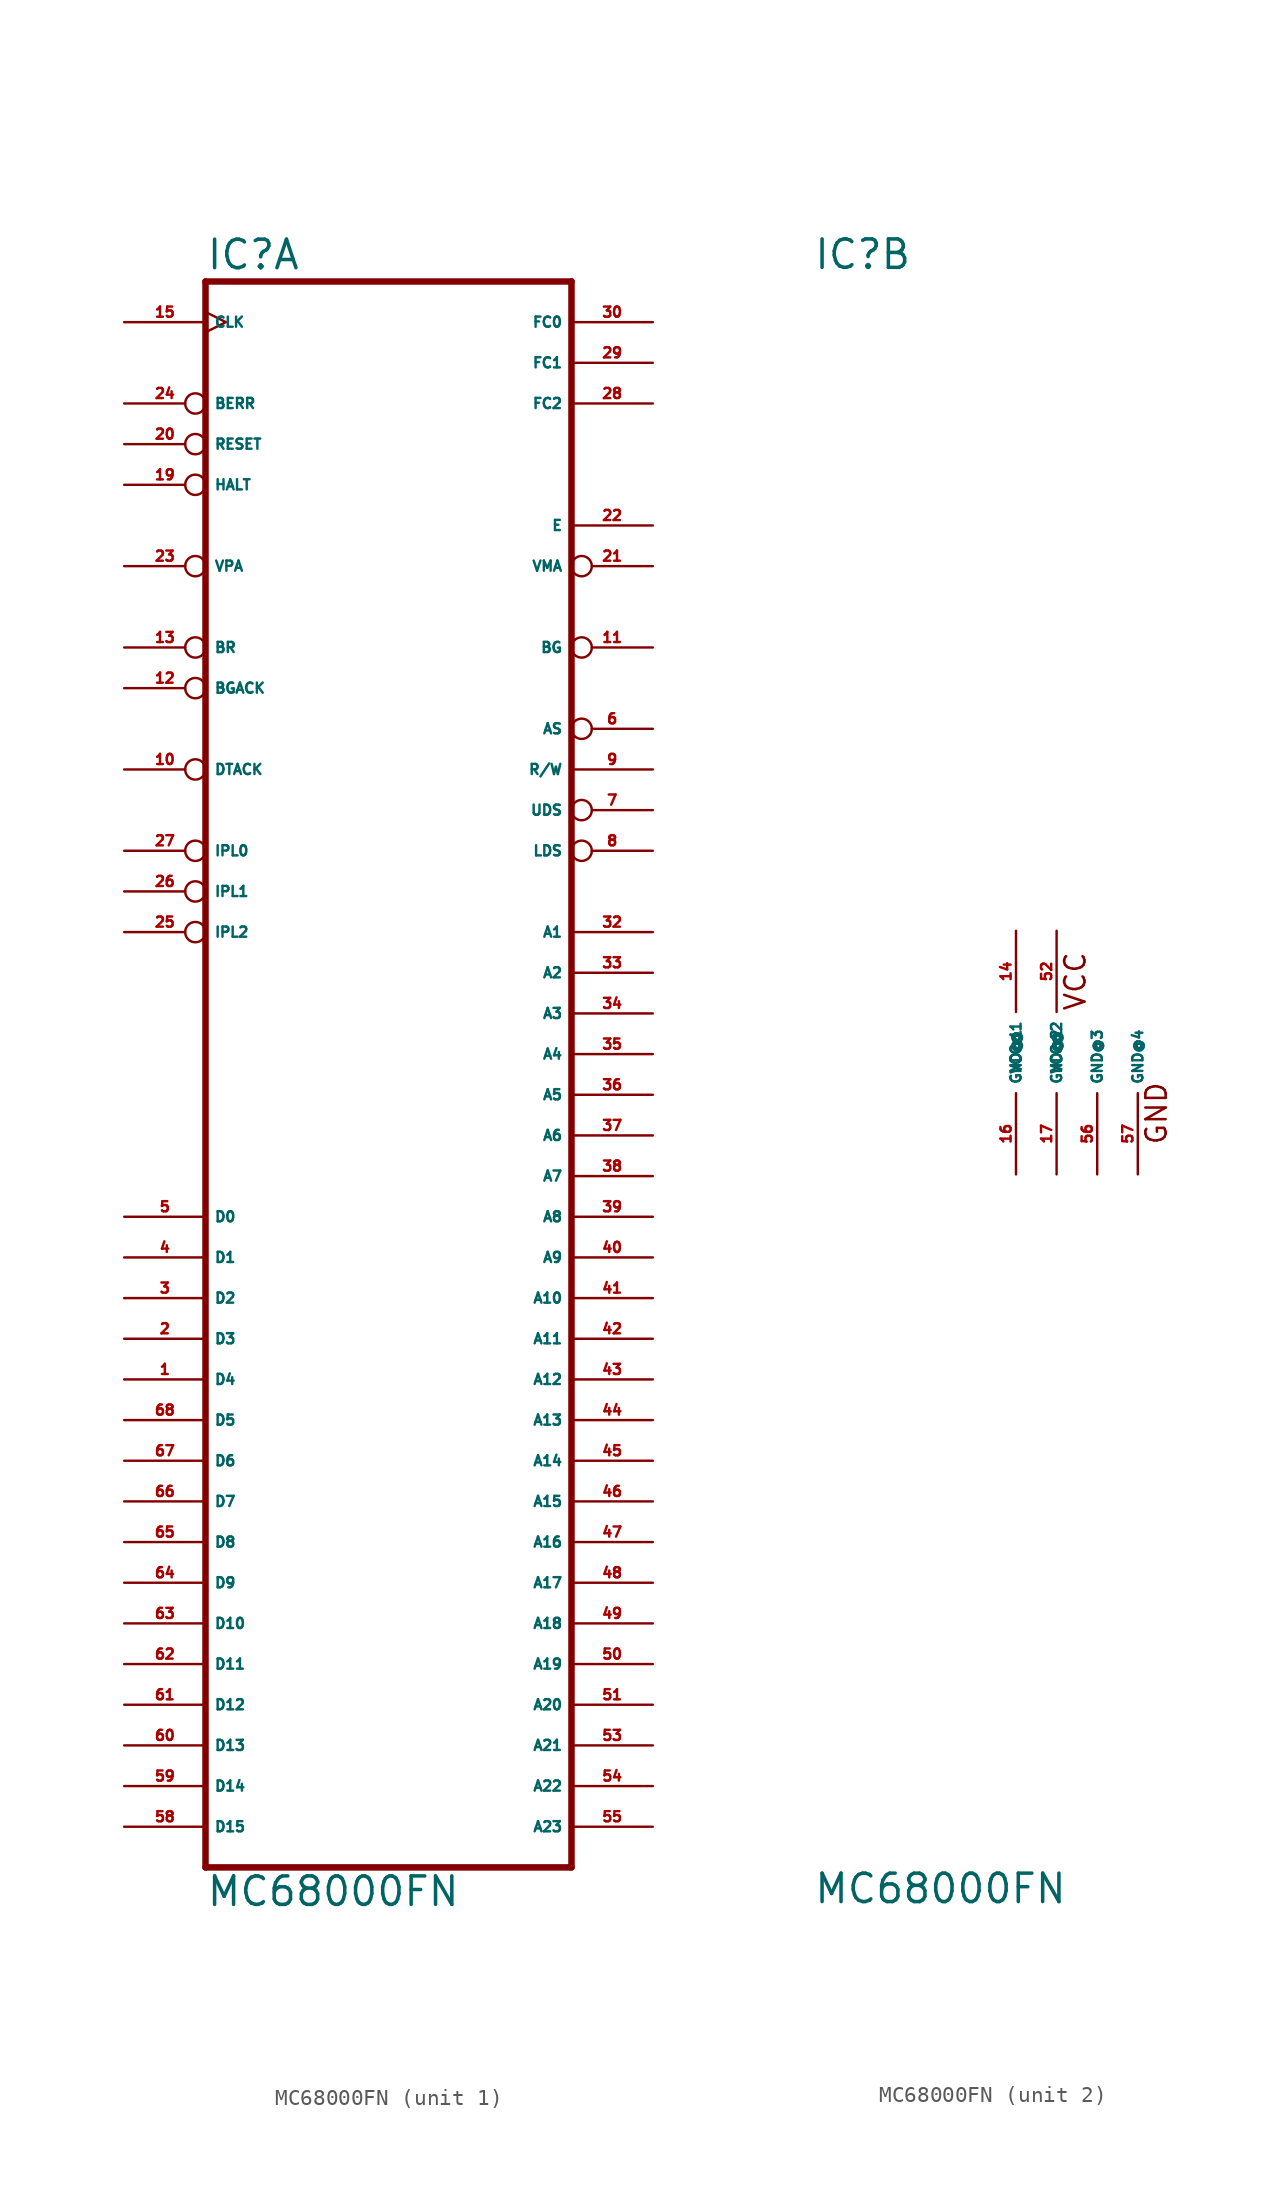
<source format=kicad_sym>
(kicad_symbol_lib
  (version 20220914)
  (generator Eagle2Kicad)
  (symbol "MC68000FN"
    (property "Reference" "IC"
      (at -12.7 48.895 0)
      (effects (font (size 1.778 1.778) (thickness 0.22)) (justify left bottom)))
    (property "Value" "MC68000FN"
      (at -12.7 -53.34 0)
      (effects (font (size 1.778 1.778) (thickness 0.22)) (justify left bottom)))
    (symbol "MC68000FN_1_0"
      (polyline (pts (xy -12.7 -50.8) (xy 10.16 -50.8)) (stroke (width 0.406) (type default)) (fill (type none)))
      (polyline (pts (xy 10.16 48.26) (xy 10.16 -50.8)) (stroke (width 0.406) (type default)) (fill (type none)))
      (polyline (pts (xy 10.16 48.26) (xy -12.7 48.26)) (stroke (width 0.406) (type default)) (fill (type none)))
      (polyline (pts (xy -12.7 -50.8) (xy -12.7 48.26)) (stroke (width 0.406) (type default)) (fill (type none)))
      (pin input clock (at -17.78 45.72 0) (length 5.08) (name "CLK" (effects (font (size 0.635 0.635) (thickness 0.08)) (justify left bottom))) (number "15" (effects (font (size 0.635 0.635) (thickness 0.08)) (justify left bottom))))
      (pin input inverted (at -17.78 30.48 0) (length 5.08) (name "VPA" (effects (font (size 0.635 0.635) (thickness 0.08)) (justify left bottom))) (number "23" (effects (font (size 0.635 0.635) (thickness 0.08)) (justify left bottom))))
      (pin input inverted (at -17.78 40.64 0) (length 5.08) (name "BERR" (effects (font (size 0.635 0.635) (thickness 0.08)) (justify left bottom))) (number "24" (effects (font (size 0.635 0.635) (thickness 0.08)) (justify left bottom))))
      (pin bidirectional inverted (at -17.78 38.1 0) (length 5.08) (name "RESET" (effects (font (size 0.635 0.635) (thickness 0.08)) (justify left bottom))) (number "20" (effects (font (size 0.635 0.635) (thickness 0.08)) (justify left bottom))))
      (pin bidirectional inverted (at -17.78 35.56 0) (length 5.08) (name "HALT" (effects (font (size 0.635 0.635) (thickness 0.08)) (justify left bottom))) (number "19" (effects (font (size 0.635 0.635) (thickness 0.08)) (justify left bottom))))
      (pin input inverted (at -17.78 17.78 0) (length 5.08) (name "DTACK" (effects (font (size 0.635 0.635) (thickness 0.08)) (justify left bottom))) (number "10" (effects (font (size 0.635 0.635) (thickness 0.08)) (justify left bottom))))
      (pin input inverted (at -17.78 25.4 0) (length 5.08) (name "BR" (effects (font (size 0.635 0.635) (thickness 0.08)) (justify left bottom))) (number "13" (effects (font (size 0.635 0.635) (thickness 0.08)) (justify left bottom))))
      (pin input inverted (at -17.78 22.86 0) (length 5.08) (name "BGACK" (effects (font (size 0.635 0.635) (thickness 0.08)) (justify left bottom))) (number "12" (effects (font (size 0.635 0.635) (thickness 0.08)) (justify left bottom))))
      (pin input inverted (at -17.78 12.7 0) (length 5.08) (name "IPL0" (effects (font (size 0.635 0.635) (thickness 0.08)) (justify left bottom))) (number "27" (effects (font (size 0.635 0.635) (thickness 0.08)) (justify left bottom))))
      (pin bidirectional line (at -17.78 -10.16 0) (length 5.08) (name "D0" (effects (font (size 0.635 0.635) (thickness 0.08)) (justify left bottom))) (number "5" (effects (font (size 0.635 0.635) (thickness 0.08)) (justify left bottom))))
      (pin bidirectional line (at -17.78 -12.7 0) (length 5.08) (name "D1" (effects (font (size 0.635 0.635) (thickness 0.08)) (justify left bottom))) (number "4" (effects (font (size 0.635 0.635) (thickness 0.08)) (justify left bottom))))
      (pin bidirectional line (at -17.78 -15.24 0) (length 5.08) (name "D2" (effects (font (size 0.635 0.635) (thickness 0.08)) (justify left bottom))) (number "3" (effects (font (size 0.635 0.635) (thickness 0.08)) (justify left bottom))))
      (pin bidirectional line (at -17.78 -17.78 0) (length 5.08) (name "D3" (effects (font (size 0.635 0.635) (thickness 0.08)) (justify left bottom))) (number "2" (effects (font (size 0.635 0.635) (thickness 0.08)) (justify left bottom))))
      (pin bidirectional line (at -17.78 -20.32 0) (length 5.08) (name "D4" (effects (font (size 0.635 0.635) (thickness 0.08)) (justify left bottom))) (number "1" (effects (font (size 0.635 0.635) (thickness 0.08)) (justify left bottom))))
      (pin bidirectional line (at -17.78 -22.86 0) (length 5.08) (name "D5" (effects (font (size 0.635 0.635) (thickness 0.08)) (justify left bottom))) (number "68" (effects (font (size 0.635 0.635) (thickness 0.08)) (justify left bottom))))
      (pin bidirectional line (at -17.78 -25.4 0) (length 5.08) (name "D6" (effects (font (size 0.635 0.635) (thickness 0.08)) (justify left bottom))) (number "67" (effects (font (size 0.635 0.635) (thickness 0.08)) (justify left bottom))))
      (pin bidirectional line (at -17.78 -27.94 0) (length 5.08) (name "D7" (effects (font (size 0.635 0.635) (thickness 0.08)) (justify left bottom))) (number "66" (effects (font (size 0.635 0.635) (thickness 0.08)) (justify left bottom))))
      (pin bidirectional line (at -17.78 -30.48 0) (length 5.08) (name "D8" (effects (font (size 0.635 0.635) (thickness 0.08)) (justify left bottom))) (number "65" (effects (font (size 0.635 0.635) (thickness 0.08)) (justify left bottom))))
      (pin bidirectional line (at -17.78 -33.02 0) (length 5.08) (name "D9" (effects (font (size 0.635 0.635) (thickness 0.08)) (justify left bottom))) (number "64" (effects (font (size 0.635 0.635) (thickness 0.08)) (justify left bottom))))
      (pin bidirectional line (at -17.78 -35.56 0) (length 5.08) (name "D10" (effects (font (size 0.635 0.635) (thickness 0.08)) (justify left bottom))) (number "63" (effects (font (size 0.635 0.635) (thickness 0.08)) (justify left bottom))))
      (pin bidirectional line (at -17.78 -38.1 0) (length 5.08) (name "D11" (effects (font (size 0.635 0.635) (thickness 0.08)) (justify left bottom))) (number "62" (effects (font (size 0.635 0.635) (thickness 0.08)) (justify left bottom))))
      (pin bidirectional line (at -17.78 -40.64 0) (length 5.08) (name "D12" (effects (font (size 0.635 0.635) (thickness 0.08)) (justify left bottom))) (number "61" (effects (font (size 0.635 0.635) (thickness 0.08)) (justify left bottom))))
      (pin bidirectional line (at -17.78 -43.18 0) (length 5.08) (name "D13" (effects (font (size 0.635 0.635) (thickness 0.08)) (justify left bottom))) (number "60" (effects (font (size 0.635 0.635) (thickness 0.08)) (justify left bottom))))
      (pin bidirectional line (at -17.78 -45.72 0) (length 5.08) (name "D14" (effects (font (size 0.635 0.635) (thickness 0.08)) (justify left bottom))) (number "59" (effects (font (size 0.635 0.635) (thickness 0.08)) (justify left bottom))))
      (pin bidirectional line (at -17.78 -48.26 0) (length 5.08) (name "D15" (effects (font (size 0.635 0.635) (thickness 0.08)) (justify left bottom))) (number "58" (effects (font (size 0.635 0.635) (thickness 0.08)) (justify left bottom))))
      (pin output line (at 15.24 33.02 180) (length 5.08) (name "E" (effects (font (size 0.635 0.635) (thickness 0.08)) (justify left bottom))) (number "22" (effects (font (size 0.635 0.635) (thickness 0.08)) (justify left bottom))))
      (pin output inverted (at 15.24 30.48 180) (length 5.08) (name "VMA" (effects (font (size 0.635 0.635) (thickness 0.08)) (justify left bottom))) (number "21" (effects (font (size 0.635 0.635) (thickness 0.08)) (justify left bottom))))
      (pin output line (at 15.24 45.72 180) (length 5.08) (name "FC0" (effects (font (size 0.635 0.635) (thickness 0.08)) (justify left bottom))) (number "30" (effects (font (size 0.635 0.635) (thickness 0.08)) (justify left bottom))))
      (pin output line (at 15.24 43.18 180) (length 5.08) (name "FC1" (effects (font (size 0.635 0.635) (thickness 0.08)) (justify left bottom))) (number "29" (effects (font (size 0.635 0.635) (thickness 0.08)) (justify left bottom))))
      (pin output line (at 15.24 40.64 180) (length 5.08) (name "FC2" (effects (font (size 0.635 0.635) (thickness 0.08)) (justify left bottom))) (number "28" (effects (font (size 0.635 0.635) (thickness 0.08)) (justify left bottom))))
      (pin output inverted (at 15.24 20.32 180) (length 5.08) (name "AS" (effects (font (size 0.635 0.635) (thickness 0.08)) (justify left bottom))) (number "6" (effects (font (size 0.635 0.635) (thickness 0.08)) (justify left bottom))))
      (pin output line (at 15.24 17.78 180) (length 5.08) (name "R/W" (effects (font (size 0.635 0.635) (thickness 0.08)) (justify left bottom))) (number "9" (effects (font (size 0.635 0.635) (thickness 0.08)) (justify left bottom))))
      (pin output inverted (at 15.24 15.24 180) (length 5.08) (name "UDS" (effects (font (size 0.635 0.635) (thickness 0.08)) (justify left bottom))) (number "7" (effects (font (size 0.635 0.635) (thickness 0.08)) (justify left bottom))))
      (pin output inverted (at 15.24 12.7 180) (length 5.08) (name "LDS" (effects (font (size 0.635 0.635) (thickness 0.08)) (justify left bottom))) (number "8" (effects (font (size 0.635 0.635) (thickness 0.08)) (justify left bottom))))
      (pin output inverted (at 15.24 25.4 180) (length 5.08) (name "BG" (effects (font (size 0.635 0.635) (thickness 0.08)) (justify left bottom))) (number "11" (effects (font (size 0.635 0.635) (thickness 0.08)) (justify left bottom))))
      (pin output line (at 15.24 7.62 180) (length 5.08) (name "A1" (effects (font (size 0.635 0.635) (thickness 0.08)) (justify left bottom))) (number "32" (effects (font (size 0.635 0.635) (thickness 0.08)) (justify left bottom))))
      (pin output line (at 15.24 5.08 180) (length 5.08) (name "A2" (effects (font (size 0.635 0.635) (thickness 0.08)) (justify left bottom))) (number "33" (effects (font (size 0.635 0.635) (thickness 0.08)) (justify left bottom))))
      (pin output line (at 15.24 2.54 180) (length 5.08) (name "A3" (effects (font (size 0.635 0.635) (thickness 0.08)) (justify left bottom))) (number "34" (effects (font (size 0.635 0.635) (thickness 0.08)) (justify left bottom))))
      (pin output line (at 15.24 0 180) (length 5.08) (name "A4" (effects (font (size 0.635 0.635) (thickness 0.08)) (justify left bottom))) (number "35" (effects (font (size 0.635 0.635) (thickness 0.08)) (justify left bottom))))
      (pin output line (at 15.24 -2.54 180) (length 5.08) (name "A5" (effects (font (size 0.635 0.635) (thickness 0.08)) (justify left bottom))) (number "36" (effects (font (size 0.635 0.635) (thickness 0.08)) (justify left bottom))))
      (pin output line (at 15.24 -5.08 180) (length 5.08) (name "A6" (effects (font (size 0.635 0.635) (thickness 0.08)) (justify left bottom))) (number "37" (effects (font (size 0.635 0.635) (thickness 0.08)) (justify left bottom))))
      (pin output line (at 15.24 -7.62 180) (length 5.08) (name "A7" (effects (font (size 0.635 0.635) (thickness 0.08)) (justify left bottom))) (number "38" (effects (font (size 0.635 0.635) (thickness 0.08)) (justify left bottom))))
      (pin output line (at 15.24 -12.7 180) (length 5.08) (name "A9" (effects (font (size 0.635 0.635) (thickness 0.08)) (justify left bottom))) (number "40" (effects (font (size 0.635 0.635) (thickness 0.08)) (justify left bottom))))
      (pin output line (at 15.24 -10.16 180) (length 5.08) (name "A8" (effects (font (size 0.635 0.635) (thickness 0.08)) (justify left bottom))) (number "39" (effects (font (size 0.635 0.635) (thickness 0.08)) (justify left bottom))))
      (pin output line (at 15.24 -15.24 180) (length 5.08) (name "A10" (effects (font (size 0.635 0.635) (thickness 0.08)) (justify left bottom))) (number "41" (effects (font (size 0.635 0.635) (thickness 0.08)) (justify left bottom))))
      (pin output line (at 15.24 -17.78 180) (length 5.08) (name "A11" (effects (font (size 0.635 0.635) (thickness 0.08)) (justify left bottom))) (number "42" (effects (font (size 0.635 0.635) (thickness 0.08)) (justify left bottom))))
      (pin output line (at 15.24 -20.32 180) (length 5.08) (name "A12" (effects (font (size 0.635 0.635) (thickness 0.08)) (justify left bottom))) (number "43" (effects (font (size 0.635 0.635) (thickness 0.08)) (justify left bottom))))
      (pin output line (at 15.24 -22.86 180) (length 5.08) (name "A13" (effects (font (size 0.635 0.635) (thickness 0.08)) (justify left bottom))) (number "44" (effects (font (size 0.635 0.635) (thickness 0.08)) (justify left bottom))))
      (pin output line (at 15.24 -25.4 180) (length 5.08) (name "A14" (effects (font (size 0.635 0.635) (thickness 0.08)) (justify left bottom))) (number "45" (effects (font (size 0.635 0.635) (thickness 0.08)) (justify left bottom))))
      (pin output line (at 15.24 -27.94 180) (length 5.08) (name "A15" (effects (font (size 0.635 0.635) (thickness 0.08)) (justify left bottom))) (number "46" (effects (font (size 0.635 0.635) (thickness 0.08)) (justify left bottom))))
      (pin output line (at 15.24 -30.48 180) (length 5.08) (name "A16" (effects (font (size 0.635 0.635) (thickness 0.08)) (justify left bottom))) (number "47" (effects (font (size 0.635 0.635) (thickness 0.08)) (justify left bottom))))
      (pin output line (at 15.24 -33.02 180) (length 5.08) (name "A17" (effects (font (size 0.635 0.635) (thickness 0.08)) (justify left bottom))) (number "48" (effects (font (size 0.635 0.635) (thickness 0.08)) (justify left bottom))))
      (pin output line (at 15.24 -35.56 180) (length 5.08) (name "A18" (effects (font (size 0.635 0.635) (thickness 0.08)) (justify left bottom))) (number "49" (effects (font (size 0.635 0.635) (thickness 0.08)) (justify left bottom))))
      (pin output line (at 15.24 -38.1 180) (length 5.08) (name "A19" (effects (font (size 0.635 0.635) (thickness 0.08)) (justify left bottom))) (number "50" (effects (font (size 0.635 0.635) (thickness 0.08)) (justify left bottom))))
      (pin output line (at 15.24 -40.64 180) (length 5.08) (name "A20" (effects (font (size 0.635 0.635) (thickness 0.08)) (justify left bottom))) (number "51" (effects (font (size 0.635 0.635) (thickness 0.08)) (justify left bottom))))
      (pin output line (at 15.24 -43.18 180) (length 5.08) (name "A21" (effects (font (size 0.635 0.635) (thickness 0.08)) (justify left bottom))) (number "53" (effects (font (size 0.635 0.635) (thickness 0.08)) (justify left bottom))))
      (pin output line (at 15.24 -45.72 180) (length 5.08) (name "A22" (effects (font (size 0.635 0.635) (thickness 0.08)) (justify left bottom))) (number "54" (effects (font (size 0.635 0.635) (thickness 0.08)) (justify left bottom))))
      (pin output line (at 15.24 -48.26 180) (length 5.08) (name "A23" (effects (font (size 0.635 0.635) (thickness 0.08)) (justify left bottom))) (number "55" (effects (font (size 0.635 0.635) (thickness 0.08)) (justify left bottom))))
      (pin input inverted (at -17.78 10.16 0) (length 5.08) (name "IPL1" (effects (font (size 0.635 0.635) (thickness 0.08)) (justify left bottom))) (number "26" (effects (font (size 0.635 0.635) (thickness 0.08)) (justify left bottom))))
      (pin input inverted (at -17.78 7.62 0) (length 5.08) (name "IPL2" (effects (font (size 0.635 0.635) (thickness 0.08)) (justify left bottom))) (number "25" (effects (font (size 0.635 0.635) (thickness 0.08)) (justify left bottom)))))
    (symbol "MC68000FN_2_0"
      (text "GND" (at 9.525 -5.842 900) (effects (font (size 1.27 1.27) (thickness 0.16)) (justify left bottom)))
      (text "VCC" (at 4.445 2.54 900) (effects (font (size 1.27 1.27) (thickness 0.16)) (justify left bottom)))
      (pin unspecified line (at 0 7.62 270) (length 5.08) (name "VCC@1" (effects (font (size 0.635 0.635) (thickness 0.08)) (justify left bottom))) (number "14" (effects (font (size 0.635 0.635) (thickness 0.08)) (justify left bottom))))
      (pin unspecified line (at 2.54 7.62 270) (length 5.08) (name "VCC@2" (effects (font (size 0.635 0.635) (thickness 0.08)) (justify left bottom))) (number "52" (effects (font (size 0.635 0.635) (thickness 0.08)) (justify left bottom))))
      (pin unspecified line (at 7.62 -7.62 90) (length 5.08) (name "GND@4" (effects (font (size 0.635 0.635) (thickness 0.08)) (justify left bottom))) (number "57" (effects (font (size 0.635 0.635) (thickness 0.08)) (justify left bottom))))
      (pin unspecified line (at 5.08 -7.62 90) (length 5.08) (name "GND@3" (effects (font (size 0.635 0.635) (thickness 0.08)) (justify left bottom))) (number "56" (effects (font (size 0.635 0.635) (thickness 0.08)) (justify left bottom))))
      (pin unspecified line (at 2.54 -7.62 90) (length 5.08) (name "GND@2" (effects (font (size 0.635 0.635) (thickness 0.08)) (justify left bottom))) (number "17" (effects (font (size 0.635 0.635) (thickness 0.08)) (justify left bottom))))
      (pin unspecified line (at 0 -7.62 90) (length 5.08) (name "GND@1" (effects (font (size 0.635 0.635) (thickness 0.08)) (justify left bottom))) (number "16" (effects (font (size 0.635 0.635) (thickness 0.08)) (justify left bottom)))))))
</source>
